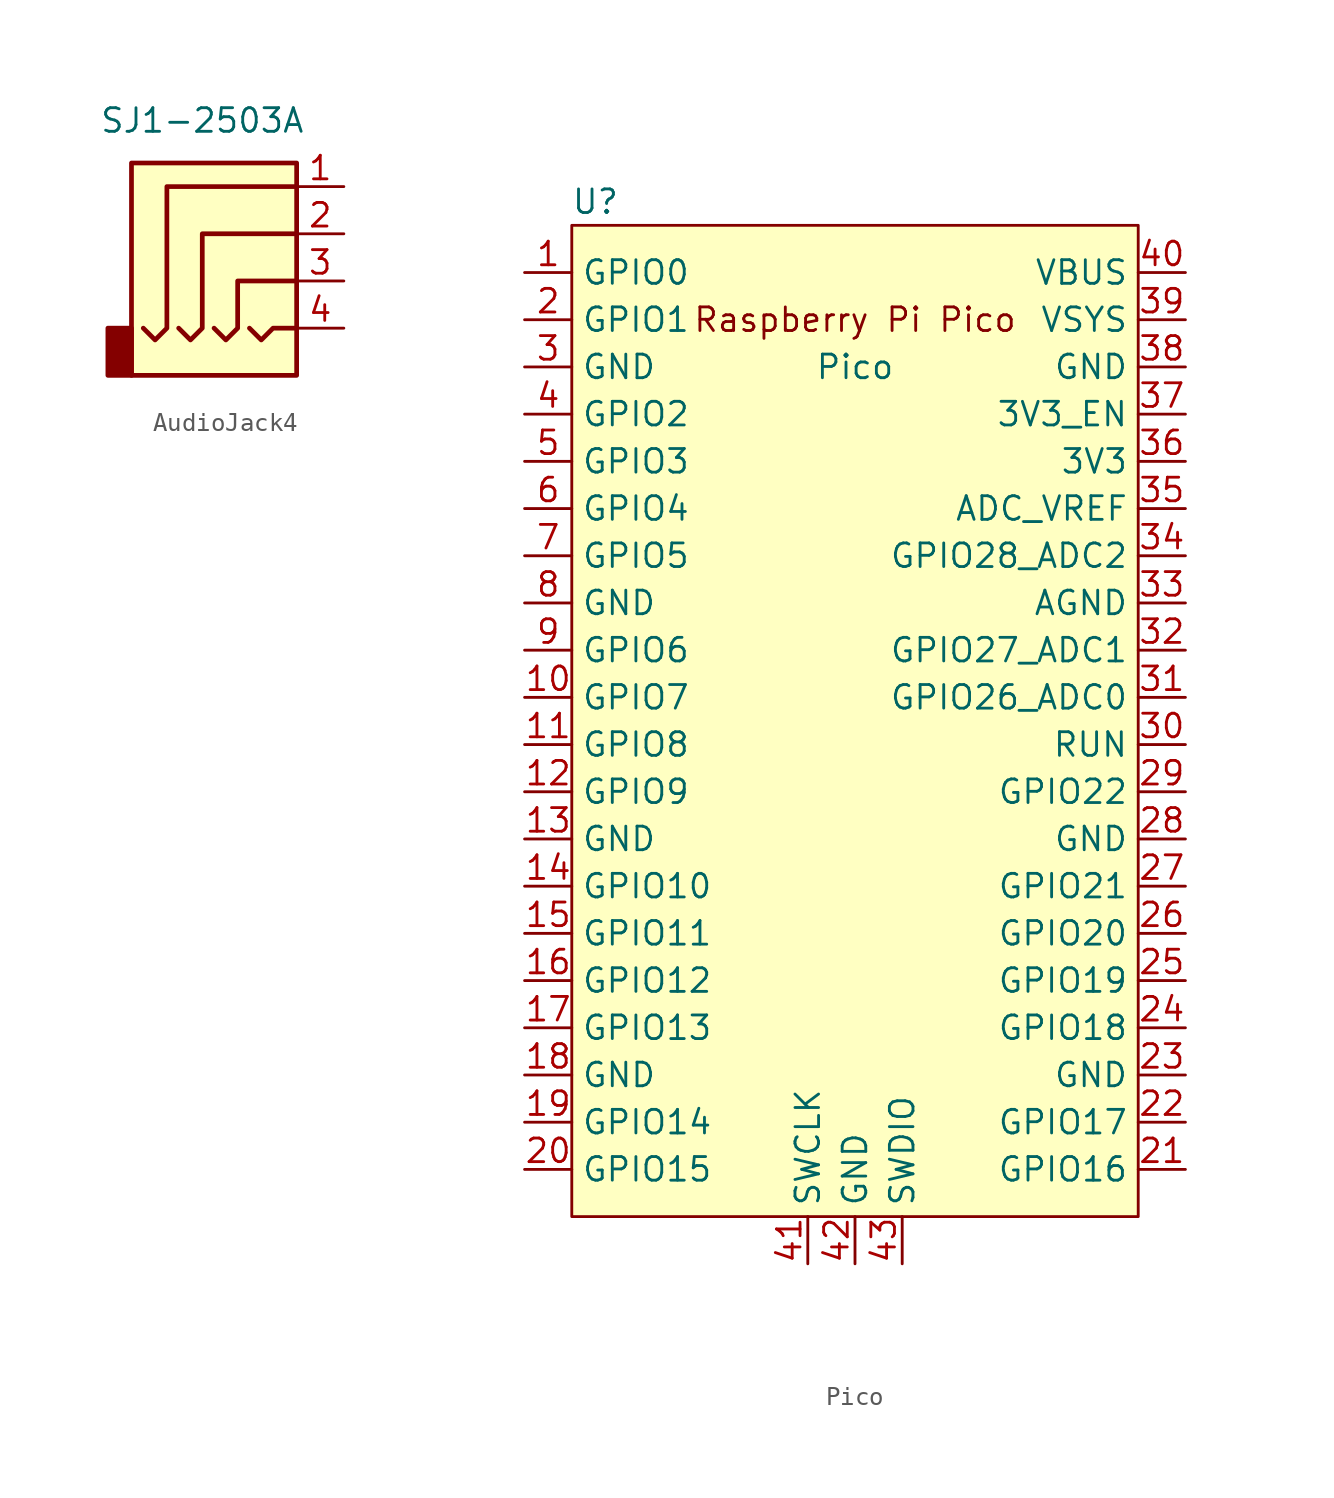
<source format=kicad_sym>
(kicad_symbol_lib
  (version 20241209)
  (generator "kicad_symbol_editor")
  (generator_version "9.0")
  (symbol "AudioJack4"
    (property "Reference" "J14"
      (at -2.54 8.636 0)
      (effects (font (size 1.27 1.27)) (hide yes)))
    (property "Value" "SJ1-2503A"
      (at -2.54 6.096 0)
      (effects (font (size 1.27 1.27))))
    (symbol "AudioJack4_0_1"
      (rectangle (start -6.35 -5.08) (end -7.62 -7.62) (stroke (width 0.254) (type default)) (fill (type outline)))
      (polyline (pts (xy -5.715 -5.08) (xy -5.08 -5.715) (xy -4.445 -5.08) (xy -4.445 2.54) (xy 2.54 2.54)) (stroke (width 0.254) (type default)) (fill (type none)))
      (polyline (pts (xy -1.905 -5.08) (xy -1.27 -5.715) (xy -0.635 -5.08) (xy -0.635 -2.54) (xy 2.54 -2.54)) (stroke (width 0.254) (type default)) (fill (type none)))
      (polyline (pts (xy 0 -5.08) (xy 0.635 -5.715) (xy 1.27 -5.08) (xy 2.54 -5.08)) (stroke (width 0.254) (type default)) (fill (type none)))
      (rectangle (start 2.54 3.81) (end -6.35 -7.62) (stroke (width 0.254) (type default)) (fill (type background)))
      (polyline (pts (xy 2.54 0) (xy -2.54 0) (xy -2.54 -5.08) (xy -3.175 -5.715) (xy -3.81 -5.08)) (stroke (width 0.254) (type default)) (fill (type none))))
    (symbol "AudioJack4_1_1"
      (pin passive line (at 5.08 2.54 180) (length 2.54) (name "~" (effects (font (size 1.27 1.27)))) (number "1" (effects (font (size 1.27 1.27)))))
      (pin passive line (at 5.08 0 180) (length 2.54) (name "~" (effects (font (size 1.27 1.27)))) (number "2" (effects (font (size 1.27 1.27)))))
      (pin passive line (at 5.08 -2.54 180) (length 2.54) (name "~" (effects (font (size 1.27 1.27)))) (number "3" (effects (font (size 1.27 1.27)))))
      (pin passive line (at 5.08 -5.08 180) (length 2.54) (name "~" (effects (font (size 1.27 1.27)))) (number "4" (effects (font (size 1.27 1.27)))))))
  (symbol "Pico"
    (property "Reference" "U"
      (at -13.97 27.94 0)
      (effects (font (size 1.27 1.27))))
    (property "Value" "Pico"
      (at 0 19.05 0)
      (effects (font (size 1.27 1.27))))
    (symbol "Pico_0_0"
      (text "Raspberry Pi Pico" (at 0 21.59 0) (effects (font (size 1.27 1.27)))))
    (symbol "Pico_0_1"
      (rectangle (start -15.24 26.67) (end 15.24 -26.67) (stroke (width 0) (type default)) (fill (type background))))
    (symbol "Pico_1_1"
      (pin bidirectional line (at -17.78 24.13 0) (length 2.54) (name "GPIO0" (effects (font (size 1.27 1.27)))) (number "1" (effects (font (size 1.27 1.27)))))
      (pin bidirectional line (at -17.78 21.59 0) (length 2.54) (name "GPIO1" (effects (font (size 1.27 1.27)))) (number "2" (effects (font (size 1.27 1.27)))))
      (pin power_in line (at -17.78 19.05 0) (length 2.54) (name "GND" (effects (font (size 1.27 1.27)))) (number "3" (effects (font (size 1.27 1.27)))))
      (pin bidirectional line (at -17.78 16.51 0) (length 2.54) (name "GPIO2" (effects (font (size 1.27 1.27)))) (number "4" (effects (font (size 1.27 1.27)))))
      (pin bidirectional line (at -17.78 13.97 0) (length 2.54) (name "GPIO3" (effects (font (size 1.27 1.27)))) (number "5" (effects (font (size 1.27 1.27)))))
      (pin bidirectional line (at -17.78 11.43 0) (length 2.54) (name "GPIO4" (effects (font (size 1.27 1.27)))) (number "6" (effects (font (size 1.27 1.27)))))
      (pin bidirectional line (at -17.78 8.89 0) (length 2.54) (name "GPIO5" (effects (font (size 1.27 1.27)))) (number "7" (effects (font (size 1.27 1.27)))))
      (pin power_in line (at -17.78 6.35 0) (length 2.54) (name "GND" (effects (font (size 1.27 1.27)))) (number "8" (effects (font (size 1.27 1.27)))))
      (pin bidirectional line (at -17.78 3.81 0) (length 2.54) (name "GPIO6" (effects (font (size 1.27 1.27)))) (number "9" (effects (font (size 1.27 1.27)))))
      (pin bidirectional line (at -17.78 1.27 0) (length 2.54) (name "GPIO7" (effects (font (size 1.27 1.27)))) (number "10" (effects (font (size 1.27 1.27)))))
      (pin bidirectional line (at -17.78 -1.27 0) (length 2.54) (name "GPIO8" (effects (font (size 1.27 1.27)))) (number "11" (effects (font (size 1.27 1.27)))))
      (pin bidirectional line (at -17.78 -3.81 0) (length 2.54) (name "GPIO9" (effects (font (size 1.27 1.27)))) (number "12" (effects (font (size 1.27 1.27)))))
      (pin power_in line (at -17.78 -6.35 0) (length 2.54) (name "GND" (effects (font (size 1.27 1.27)))) (number "13" (effects (font (size 1.27 1.27)))))
      (pin bidirectional line (at -17.78 -8.89 0) (length 2.54) (name "GPIO10" (effects (font (size 1.27 1.27)))) (number "14" (effects (font (size 1.27 1.27)))))
      (pin bidirectional line (at -17.78 -11.43 0) (length 2.54) (name "GPIO11" (effects (font (size 1.27 1.27)))) (number "15" (effects (font (size 1.27 1.27)))))
      (pin bidirectional line (at -17.78 -13.97 0) (length 2.54) (name "GPIO12" (effects (font (size 1.27 1.27)))) (number "16" (effects (font (size 1.27 1.27)))))
      (pin bidirectional line (at -17.78 -16.51 0) (length 2.54) (name "GPIO13" (effects (font (size 1.27 1.27)))) (number "17" (effects (font (size 1.27 1.27)))))
      (pin power_in line (at -17.78 -19.05 0) (length 2.54) (name "GND" (effects (font (size 1.27 1.27)))) (number "18" (effects (font (size 1.27 1.27)))))
      (pin bidirectional line (at -17.78 -21.59 0) (length 2.54) (name "GPIO14" (effects (font (size 1.27 1.27)))) (number "19" (effects (font (size 1.27 1.27)))))
      (pin bidirectional line (at -17.78 -24.13 0) (length 2.54) (name "GPIO15" (effects (font (size 1.27 1.27)))) (number "20" (effects (font (size 1.27 1.27)))))
      (pin input line (at -2.54 -29.21 90) (length 2.54) (name "SWCLK" (effects (font (size 1.27 1.27)))) (number "41" (effects (font (size 1.27 1.27)))))
      (pin power_in line (at 0 -29.21 90) (length 2.54) (name "GND" (effects (font (size 1.27 1.27)))) (number "42" (effects (font (size 1.27 1.27)))))
      (pin bidirectional line (at 2.54 -29.21 90) (length 2.54) (name "SWDIO" (effects (font (size 1.27 1.27)))) (number "43" (effects (font (size 1.27 1.27)))))
      (pin power_in line (at 17.78 24.13 180) (length 2.54) (name "VBUS" (effects (font (size 1.27 1.27)))) (number "40" (effects (font (size 1.27 1.27)))))
      (pin power_in line (at 17.78 21.59 180) (length 2.54) (name "VSYS" (effects (font (size 1.27 1.27)))) (number "39" (effects (font (size 1.27 1.27)))))
      (pin bidirectional line (at 17.78 19.05 180) (length 2.54) (name "GND" (effects (font (size 1.27 1.27)))) (number "38" (effects (font (size 1.27 1.27)))))
      (pin input line (at 17.78 16.51 180) (length 2.54) (name "3V3_EN" (effects (font (size 1.27 1.27)))) (number "37" (effects (font (size 1.27 1.27)))))
      (pin power_in line (at 17.78 13.97 180) (length 2.54) (name "3V3" (effects (font (size 1.27 1.27)))) (number "36" (effects (font (size 1.27 1.27)))))
      (pin power_in line (at 17.78 11.43 180) (length 2.54) (name "ADC_VREF" (effects (font (size 1.27 1.27)))) (number "35" (effects (font (size 1.27 1.27)))))
      (pin bidirectional line (at 17.78 8.89 180) (length 2.54) (name "GPIO28_ADC2" (effects (font (size 1.27 1.27)))) (number "34" (effects (font (size 1.27 1.27)))))
      (pin power_in line (at 17.78 6.35 180) (length 2.54) (name "AGND" (effects (font (size 1.27 1.27)))) (number "33" (effects (font (size 1.27 1.27)))))
      (pin bidirectional line (at 17.78 3.81 180) (length 2.54) (name "GPIO27_ADC1" (effects (font (size 1.27 1.27)))) (number "32" (effects (font (size 1.27 1.27)))))
      (pin bidirectional line (at 17.78 1.27 180) (length 2.54) (name "GPIO26_ADC0" (effects (font (size 1.27 1.27)))) (number "31" (effects (font (size 1.27 1.27)))))
      (pin input line (at 17.78 -1.27 180) (length 2.54) (name "RUN" (effects (font (size 1.27 1.27)))) (number "30" (effects (font (size 1.27 1.27)))))
      (pin bidirectional line (at 17.78 -3.81 180) (length 2.54) (name "GPIO22" (effects (font (size 1.27 1.27)))) (number "29" (effects (font (size 1.27 1.27)))))
      (pin power_in line (at 17.78 -6.35 180) (length 2.54) (name "GND" (effects (font (size 1.27 1.27)))) (number "28" (effects (font (size 1.27 1.27)))))
      (pin bidirectional line (at 17.78 -8.89 180) (length 2.54) (name "GPIO21" (effects (font (size 1.27 1.27)))) (number "27" (effects (font (size 1.27 1.27)))))
      (pin bidirectional line (at 17.78 -11.43 180) (length 2.54) (name "GPIO20" (effects (font (size 1.27 1.27)))) (number "26" (effects (font (size 1.27 1.27)))))
      (pin bidirectional line (at 17.78 -13.97 180) (length 2.54) (name "GPIO19" (effects (font (size 1.27 1.27)))) (number "25" (effects (font (size 1.27 1.27)))))
      (pin bidirectional line (at 17.78 -16.51 180) (length 2.54) (name "GPIO18" (effects (font (size 1.27 1.27)))) (number "24" (effects (font (size 1.27 1.27)))))
      (pin power_in line (at 17.78 -19.05 180) (length 2.54) (name "GND" (effects (font (size 1.27 1.27)))) (number "23" (effects (font (size 1.27 1.27)))))
      (pin bidirectional line (at 17.78 -21.59 180) (length 2.54) (name "GPIO17" (effects (font (size 1.27 1.27)))) (number "22" (effects (font (size 1.27 1.27)))))
      (pin bidirectional line (at 17.78 -24.13 180) (length 2.54) (name "GPIO16" (effects (font (size 1.27 1.27)))) (number "21" (effects (font (size 1.27 1.27))))))))
</source>
